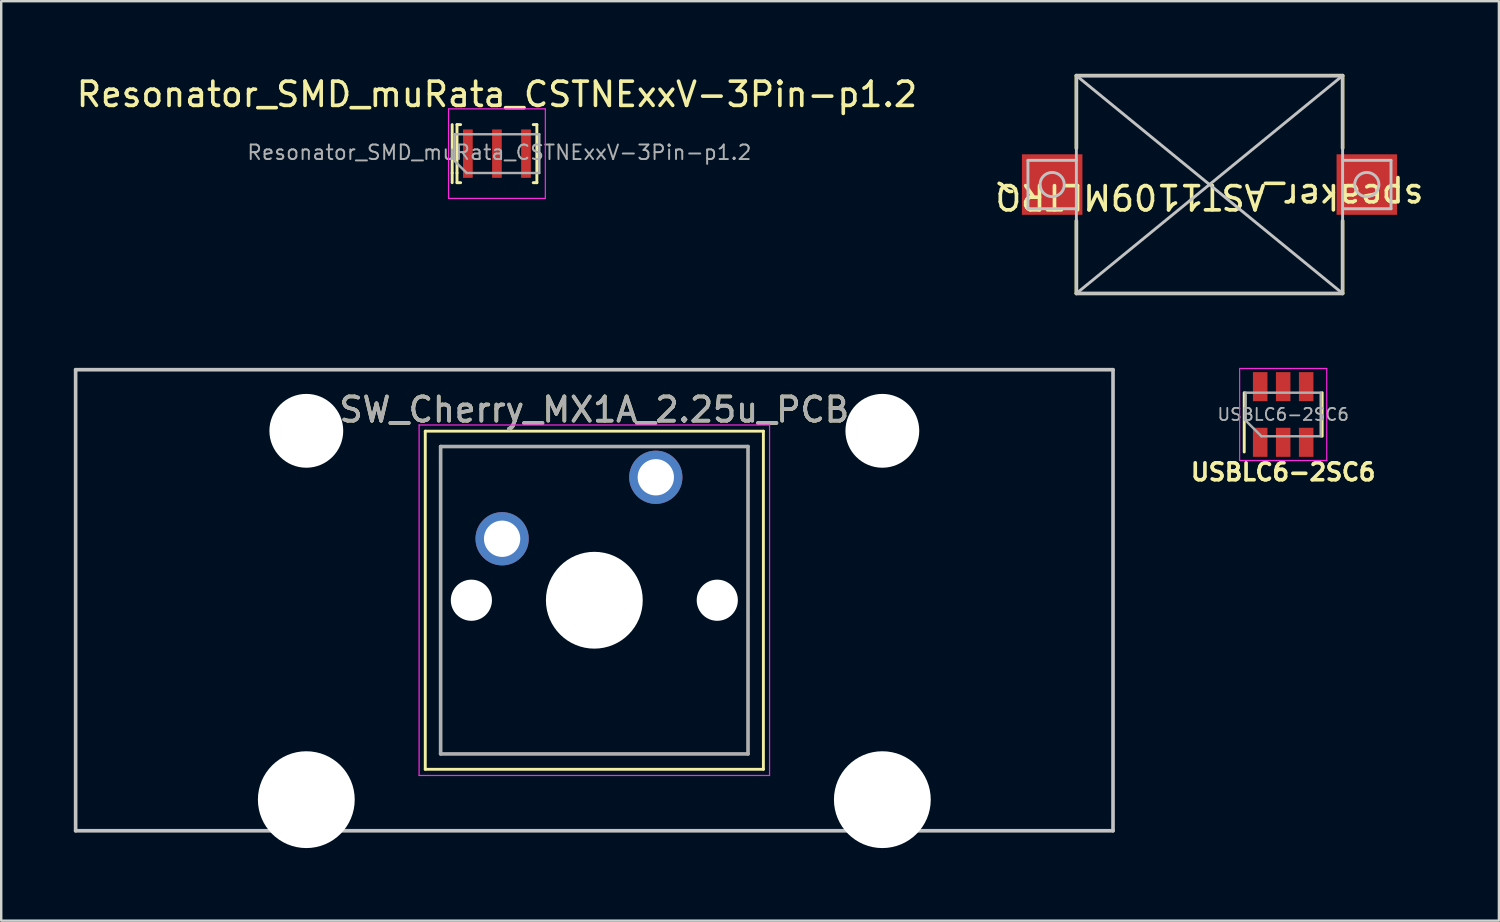
<source format=kicad_pcb>
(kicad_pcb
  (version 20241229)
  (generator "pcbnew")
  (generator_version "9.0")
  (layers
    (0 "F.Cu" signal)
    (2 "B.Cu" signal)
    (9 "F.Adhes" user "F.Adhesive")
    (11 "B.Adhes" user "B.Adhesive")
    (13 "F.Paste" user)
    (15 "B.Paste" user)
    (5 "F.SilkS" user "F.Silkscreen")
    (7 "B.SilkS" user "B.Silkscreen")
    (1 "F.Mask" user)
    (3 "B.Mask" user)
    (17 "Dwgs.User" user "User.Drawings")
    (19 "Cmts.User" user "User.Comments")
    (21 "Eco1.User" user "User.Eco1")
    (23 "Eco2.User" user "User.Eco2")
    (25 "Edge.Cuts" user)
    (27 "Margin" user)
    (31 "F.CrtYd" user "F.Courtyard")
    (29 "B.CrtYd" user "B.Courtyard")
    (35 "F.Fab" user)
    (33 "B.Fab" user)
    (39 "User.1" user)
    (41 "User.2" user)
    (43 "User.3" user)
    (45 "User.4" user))
  (footprint "Resonator_SMD_muRata_CSTNExxV-3Pin-p1.2"
    (layer "F.Cu")
    (at 17.482 3.298)
    (property "Reference" "Resonator_SMD_muRata_CSTNExxV-3Pin-p1.2" (at 0 -2.45 180) (layer "F.SilkS") (effects (font (size 1 1) (thickness 0.15))))
    (attr smd)
    (fp_line (start -1.85 -1.2) (end -1.85 0.8) (stroke (width 0.12) (type solid)) (layer "F.SilkS"))
    (fp_line (start -1.85 0.8) (end -1.85 1.2) (stroke (width 0.12) (type solid)) (layer "F.SilkS"))
    (fp_line (start -1.65 -1.2) (end -1.5 -1.2) (stroke (width 0.12) (type solid)) (layer "F.SilkS"))
    (fp_line (start -1.65 0.8) (end -1.65 -1.2) (stroke (width 0.12) (type solid)) (layer "F.SilkS"))
    (fp_line (start -1.65 0.8) (end -1.65 1.2) (stroke (width 0.12) (type solid)) (layer "F.SilkS"))
    (fp_line (start -1.65 1.2) (end -1.5 1.2) (stroke (width 0.12) (type solid)) (layer "F.SilkS"))
    (fp_line (start 1.65 -1.2) (end 1.5 -1.2) (stroke (width 0.12) (type solid)) (layer "F.SilkS"))
    (fp_line (start 1.65 -1.2) (end 1.65 0.8) (stroke (width 0.12) (type solid)) (layer "F.SilkS"))
    (fp_line (start 1.65 0.8) (end 1.65 1.2) (stroke (width 0.12) (type solid)) (layer "F.SilkS"))
    (fp_line (start 1.65 1.2) (end 1.5 1.2) (stroke (width 0.12) (type solid)) (layer "F.SilkS"))
    (fp_line (start -2 -1.85) (end 2 -1.85) (stroke (width 0.05) (type solid)) (layer "F.CrtYd"))
    (fp_line (start -2 1.85) (end -2 -1.85) (stroke (width 0.05) (type solid)) (layer "F.CrtYd"))
    (fp_line (start 2 -1.85) (end 2 1.85) (stroke (width 0.05) (type solid)) (layer "F.CrtYd"))
    (fp_line (start 2 1.85) (end -2 1.85) (stroke (width 0.05) (type solid)) (layer "F.CrtYd"))
    (fp_line (start -1.75 0.3) (end -1.75 -0.8) (stroke (width 0.1) (type solid)) (layer "F.Fab"))
    (fp_line (start -1.25 0.8) (end -1.75 0.3) (stroke (width 0.1) (type solid)) (layer "F.Fab"))
    (fp_line (start -1.25 0.8) (end 1.75 0.8) (stroke (width 0.1) (type solid)) (layer "F.Fab"))
    (fp_line (start 1.75 -0.8) (end -1.75 -0.8) (stroke (width 0.1) (type solid)) (layer "F.Fab"))
    (fp_line (start 1.75 0.8) (end 1.75 -0.8) (stroke (width 0.1) (type solid)) (layer "F.Fab"))
    (fp_text user "${REFERENCE}" (at 0.1 -0.05 180) (layer "F.Fab") (effects (font (size 0.6 0.6) (thickness 0.08))))
    (pad "1" smd rect (at -1.2 0 180) (size 0.4 2) (layers "F.Cu" "F.Mask" "F.Paste"))
    (pad "2" smd rect (at 1.2 0 180) (size 0.4 2) (layers "F.Cu" "F.Mask" "F.Paste"))
    (pad "3" smd rect (at 0 0 180) (size 0.4 2) (layers "F.Cu" "F.Mask" "F.Paste")))
  (footprint "USBLC6-2SC6"
    (layer "F.Cu")
    (at 49.968 14.075)
    (property "Reference" "USBLC6-2SC6" (at 0 2.381 180) (layer "F.SilkS") (effects (font (size 0.7 0.7) (thickness 0.15))))
    (attr smd)
    (fp_line (start -1.61 -0.9) (end -1.61 1.55) (stroke (width 0.12) (type solid)) (layer "F.SilkS"))
    (fp_line (start 1.61 0.9) (end 1.61 -0.9) (stroke (width 0.12) (type solid)) (layer "F.SilkS"))
    (fp_line (start -1.8 -1.9) (end -1.8 1.9) (stroke (width 0.05) (type solid)) (layer "F.CrtYd"))
    (fp_line (start -1.8 1.9) (end 1.8 1.9) (stroke (width 0.05) (type solid)) (layer "F.CrtYd"))
    (fp_line (start 1.8 -1.9) (end -1.8 -1.9) (stroke (width 0.05) (type solid)) (layer "F.CrtYd"))
    (fp_line (start 1.8 1.9) (end 1.8 -1.9) (stroke (width 0.05) (type solid)) (layer "F.CrtYd"))
    (fp_line (start -1.55 -0.9) (end -1.55 0.25) (stroke (width 0.1) (type solid)) (layer "F.Fab"))
    (fp_line (start -1.55 -0.9) (end 1.55 -0.9) (stroke (width 0.1) (type solid)) (layer "F.Fab"))
    (fp_line (start -0.9 0.9) (end -1.55 0.25) (stroke (width 0.1) (type solid)) (layer "F.Fab"))
    (fp_line (start -0.9 0.9) (end 1.55 0.9) (stroke (width 0.1) (type solid)) (layer "F.Fab"))
    (fp_line (start 1.55 -0.9) (end 1.55 0.9) (stroke (width 0.1) (type solid)) (layer "F.Fab"))
    (fp_text user "${REFERENCE}" (at 0 0 180) (layer "F.Fab") (effects (font (size 0.5 0.5) (thickness 0.075))))
    (pad "1" smd rect (at -0.95 1.15 180) (size 0.6 1.2) (layers "F.Cu" "F.Mask" "F.Paste"))
    (pad "2" smd rect (at 0 1.15 180) (size 0.6 1.2) (layers "F.Cu" "F.Mask" "F.Paste"))
    (pad "3" smd rect (at 0.95 1.15 180) (size 0.6 1.2) (layers "F.Cu" "F.Mask" "F.Paste"))
    (pad "4" smd rect (at 0.95 -1.15 180) (size 0.6 1.2) (layers "F.Cu" "F.Mask" "F.Paste"))
    (pad "5" smd rect (at 0 -1.15 180) (size 0.6 1.2) (layers "F.Cu" "F.Mask" "F.Paste"))
    (pad "6" smd rect (at -0.95 -1.15 180) (size 0.6 1.2) (layers "F.Cu" "F.Mask" "F.Paste")))
  (footprint "SW_Cherry_MX1A_2.25u_PCB"
    (layer "F.Cu")
    (at 24.046 16.67)
    (property "Reference" "SW_Cherry_MX1A_2.25u_PCB" (at -2.54 -2.794 0) (layer "F.SilkS") (effects (font (size 1 1) (thickness 0.15))))
    (fp_line (start -9.525 -1.905) (end 4.445 -1.905) (stroke (width 0.12) (type solid)) (layer "F.SilkS"))
    (fp_line (start -9.525 12.065) (end -9.525 -1.905) (stroke (width 0.12) (type solid)) (layer "F.SilkS"))
    (fp_line (start 4.445 -1.905) (end 4.445 12.065) (stroke (width 0.12) (type solid)) (layer "F.SilkS"))
    (fp_line (start 4.445 12.065) (end -9.525 12.065) (stroke (width 0.12) (type solid)) (layer "F.SilkS"))
    (fp_line (start -23.971 -4.445) (end 18.891 -4.445) (stroke (width 0.15) (type solid)) (layer "Dwgs.User"))
    (fp_line (start -23.971 14.605) (end -23.971 -4.445) (stroke (width 0.15) (type solid)) (layer "Dwgs.User"))
    (fp_line (start 18.891 -4.445) (end 18.891 14.605) (stroke (width 0.15) (type solid)) (layer "Dwgs.User"))
    (fp_line (start 18.891 14.605) (end -23.971 14.605) (stroke (width 0.15) (type solid)) (layer "Dwgs.User"))
    (fp_line (start -9.78 -2.16) (end 4.7 -2.16) (stroke (width 0.05) (type solid)) (layer "F.CrtYd"))
    (fp_line (start -9.78 12.32) (end -9.78 -2.16) (stroke (width 0.05) (type solid)) (layer "F.CrtYd"))
    (fp_line (start 4.7 -2.16) (end 4.7 12.32) (stroke (width 0.05) (type solid)) (layer "F.CrtYd"))
    (fp_line (start 4.7 12.32) (end -9.78 12.32) (stroke (width 0.05) (type solid)) (layer "F.CrtYd"))
    (fp_line (start -8.89 -1.27) (end 3.81 -1.27) (stroke (width 0.15) (type solid)) (layer "F.Fab"))
    (fp_line (start -8.89 11.43) (end -8.89 -1.27) (stroke (width 0.15) (type solid)) (layer "F.Fab"))
    (fp_line (start 3.81 -1.27) (end 3.81 11.43) (stroke (width 0.15) (type solid)) (layer "F.Fab"))
    (fp_line (start 3.81 11.43) (end -8.89 11.43) (stroke (width 0.15) (type solid)) (layer "F.Fab"))
    (fp_text user "${REFERENCE}" (at -2.54 -2.794 0) (layer "F.Fab") (effects (font (size 1 1) (thickness 0.15))))
    (pad "" np_thru_hole circle (at -14.44 -1.92) (size 3.05 3.05) (drill 3.05) (layers "*.Cu" "*.Mask"))
    (pad "" np_thru_hole circle (at -14.44 13.32) (size 4 4) (drill 4) (layers "*.Cu" "*.Mask"))
    (pad "" np_thru_hole circle (at -7.62 5.08) (size 1.7 1.7) (drill 1.7) (layers "*.Cu" "*.Mask"))
    (pad "" np_thru_hole circle (at -2.54 5.08) (size 4 4) (drill 4) (layers "*.Cu" "*.Mask"))
    (pad "" np_thru_hole circle (at 2.54 5.08) (size 1.7 1.7) (drill 1.7) (layers "*.Cu" "*.Mask"))
    (pad "" np_thru_hole circle (at 9.36 -1.92) (size 3.05 3.05) (drill 3.05) (layers "*.Cu" "*.Mask"))
    (pad "" np_thru_hole circle (at 9.36 13.32) (size 4 4) (drill 4) (layers "*.Cu" "*.Mask"))
    (pad "1" thru_hole circle (at 0 0) (size 2.2 2.2) (drill 1.5) (layers "*.Cu" "*.Mask"))
    (pad "2" thru_hole circle (at -6.35 2.54) (size 2.2 2.2) (drill 1.5) (layers "*.Cu" "*.Mask")))
  (footprint "speaker_AST1109MLTRQ"
    (layer "F.Cu")
    (at 46.923 4.575)
    (property "Reference" "speaker_AST1109MLTRQ" (at 0 0.5 180) (unlocked yes) (layer "F.SilkS") (effects (font (size 1 1) (thickness 0.15))))
    (attr through_hole)
    (fp_line (start -5.5 -4.5) (end 5.5 -4.5) (stroke (width 0.15) (type solid)) (layer "F.SilkS"))
    (fp_line (start -5.5 -1.5) (end -5.5 -4.5) (stroke (width 0.15) (type solid)) (layer "F.SilkS"))
    (fp_line (start -5.5 4.5) (end -5.5 1.5) (stroke (width 0.15) (type solid)) (layer "F.SilkS"))
    (fp_line (start 5.5 -4.5) (end 5.5 -1.5) (stroke (width 0.15) (type solid)) (layer "F.SilkS"))
    (fp_line (start 5.5 1.5) (end 5.5 4.5) (stroke (width 0.15) (type solid)) (layer "F.SilkS"))
    (fp_line (start 5.5 4.5) (end -5.5 4.5) (stroke (width 0.15) (type solid)) (layer "F.SilkS"))
    (fp_line (start -7.5 -1) (end -7.5 1) (stroke (width 0.12) (type solid)) (layer "Dwgs.User"))
    (fp_line (start -7.5 1) (end -5.5 1) (stroke (width 0.12) (type solid)) (layer "Dwgs.User"))
    (fp_line (start -5.5 -4.5) (end -5.5 4.5) (stroke (width 0.12) (type solid)) (layer "Dwgs.User"))
    (fp_line (start -5.5 -4.5) (end 5.5 4.5) (stroke (width 0.12) (type solid)) (layer "Dwgs.User"))
    (fp_line (start -5.5 -1) (end -7.5 -1) (stroke (width 0.12) (type solid)) (layer "Dwgs.User"))
    (fp_line (start -5.5 4.5) (end 5.5 4.5) (stroke (width 0.12) (type solid)) (layer "Dwgs.User"))
    (fp_line (start 5.5 -4.5) (end -5.5 -4.5) (stroke (width 0.12) (type solid)) (layer "Dwgs.User"))
    (fp_line (start 5.5 -4.5) (end -5.5 4.5) (stroke (width 0.12) (type solid)) (layer "Dwgs.User"))
    (fp_line (start 5.5 -1) (end 7.5 -1) (stroke (width 0.12) (type solid)) (layer "Dwgs.User"))
    (fp_line (start 5.5 4.5) (end 5.5 -4.5) (stroke (width 0.12) (type solid)) (layer "Dwgs.User"))
    (fp_line (start 7.5 -1) (end 7.5 1) (stroke (width 0.12) (type solid)) (layer "Dwgs.User"))
    (fp_line (start 7.5 1) (end 5.5 1) (stroke (width 0.12) (type solid)) (layer "Dwgs.User"))
    (fp_circle (center -6.5 0) (end -6.5 0.5) (stroke (width 0.12) (type solid)) (fill no) (layer "Dwgs.User"))
    (fp_circle (center 6.5 0) (end 6.5 0.5) (stroke (width 0.12) (type solid)) (fill no) (layer "Dwgs.User"))
    (pad "1" smd rect (at -6.5 0 180) (size 2.5 2.5) (layers "F.Cu" "F.Mask" "F.Paste"))
    (pad "2" smd rect (at 6.5 0 180) (size 2.5 2.5) (layers "F.Cu" "F.Mask" "F.Paste")))
  (gr_rect
    (start -3 -3)
    (end 58.881 34.99)
    (stroke (width 0.1) (type default))
    (fill no)
    (layer "Edge.Cuts")))
</source>
